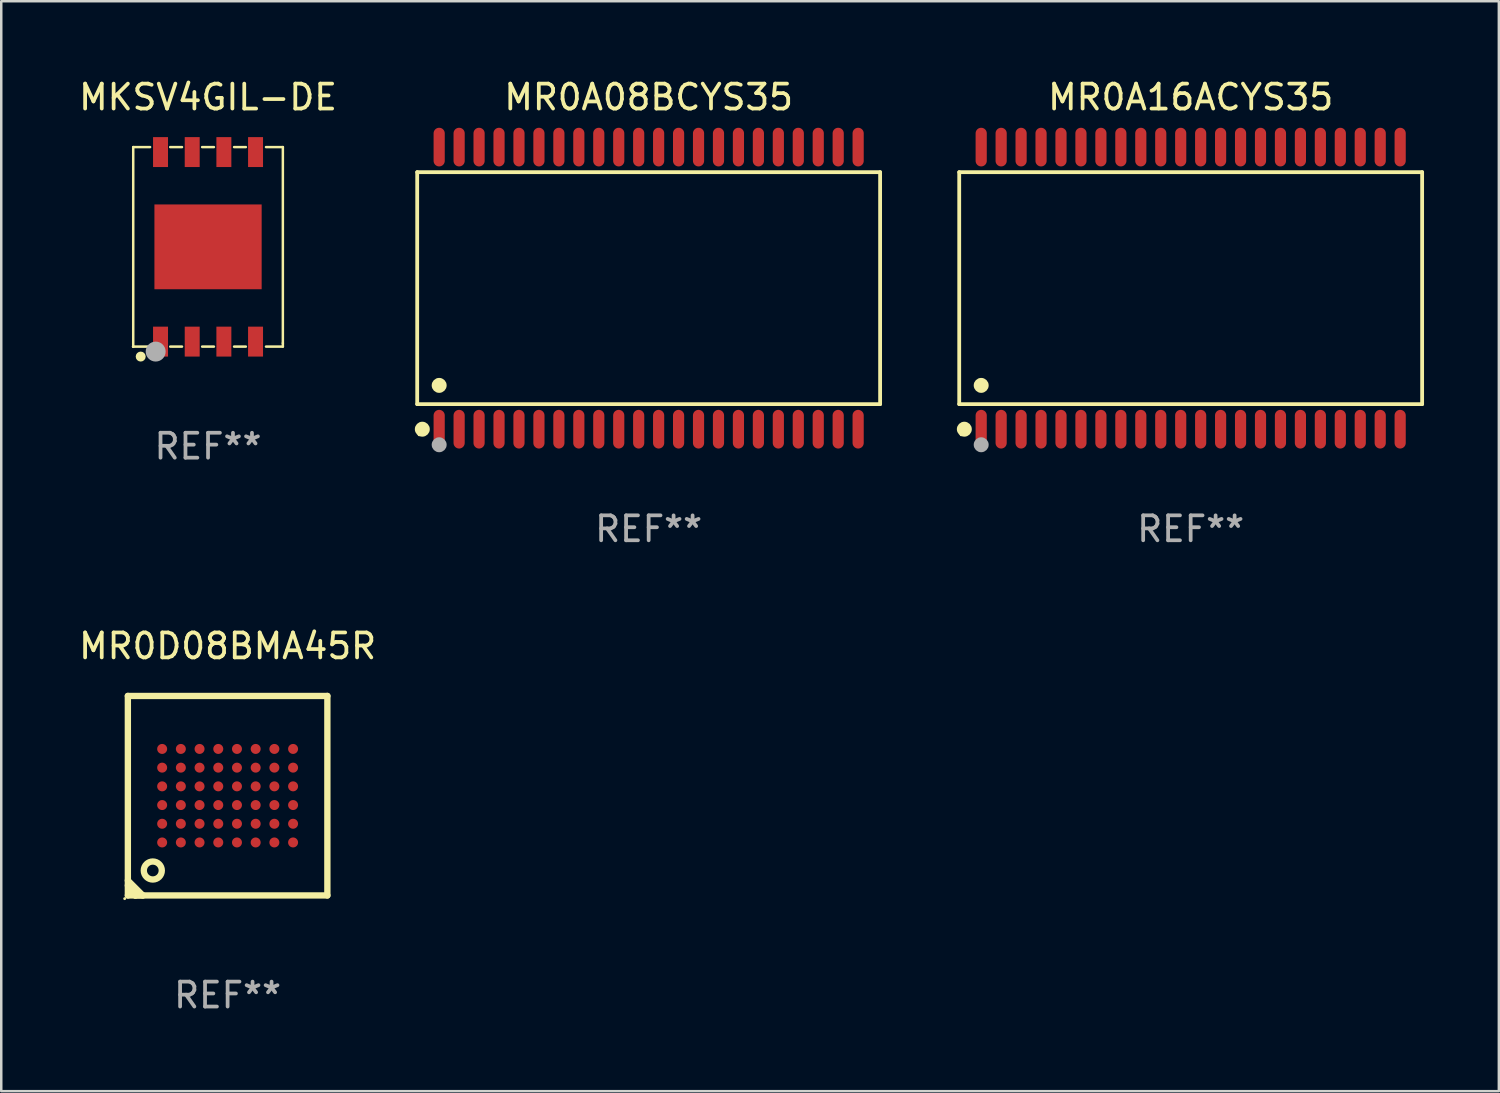
<source format=kicad_pcb>
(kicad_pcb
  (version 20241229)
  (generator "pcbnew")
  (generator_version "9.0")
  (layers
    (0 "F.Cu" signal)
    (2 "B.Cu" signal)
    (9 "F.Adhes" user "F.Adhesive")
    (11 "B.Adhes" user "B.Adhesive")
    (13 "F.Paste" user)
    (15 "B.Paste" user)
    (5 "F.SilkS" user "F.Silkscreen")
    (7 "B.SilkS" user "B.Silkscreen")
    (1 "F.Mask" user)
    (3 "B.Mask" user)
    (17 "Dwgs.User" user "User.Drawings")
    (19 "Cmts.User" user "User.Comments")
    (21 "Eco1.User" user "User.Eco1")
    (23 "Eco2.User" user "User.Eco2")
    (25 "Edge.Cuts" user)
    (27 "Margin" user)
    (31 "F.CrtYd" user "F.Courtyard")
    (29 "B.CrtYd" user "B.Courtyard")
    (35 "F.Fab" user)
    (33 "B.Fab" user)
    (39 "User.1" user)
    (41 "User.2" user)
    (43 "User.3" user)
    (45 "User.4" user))
  (footprint "MR0A08BCYS35"
    (layer "F.Cu")
    (at 22.96 8.504)
    (property "Reference" "MR0A08BCYS35" (at 0 -7.656 0) (layer "F.SilkS") (effects (font (size 1 1) (thickness 0.15))))
    (attr through_hole)
    (fp_line (start -9.281 -4.651) (end 9.281 -4.651) (stroke (width 0.152) (type solid)) (layer "F.SilkS"))
    (fp_line (start -9.281 4.651) (end -9.281 -4.651) (stroke (width 0.152) (type solid)) (layer "F.SilkS"))
    (fp_line (start 9.281 -4.651) (end 9.281 4.651) (stroke (width 0.152) (type solid)) (layer "F.SilkS"))
    (fp_line (start 9.281 4.651) (end -9.281 4.651) (stroke (width 0.152) (type solid)) (layer "F.SilkS"))
    (fp_circle (center -9.205 5.88) (end -9.175 5.88) (stroke (width 0.06) (type solid)) (fill no) (layer "F.SilkS"))
    (fp_circle (center -9.076 5.656) (end -8.926 5.656) (stroke (width 0.3) (type solid)) (fill no) (layer "F.SilkS"))
    (fp_circle (center -8.4 3.899) (end -8.25 3.899) (stroke (width 0.3) (type solid)) (fill no) (layer "F.SilkS"))
    (fp_circle (center -8.4 6.28) (end -8.25 6.28) (stroke (width 0.3) (type solid)) (fill no) (layer "F.Fab"))
    (fp_text user "REF**" (at 0 9.656 0) (layer "F.Fab") (effects (font (size 1 1) (thickness 0.15))))
    (pad "1" smd oval (at -8.4 5.656) (size 0.448 1.551) (layers "F.Cu" "F.Mask" "F.Paste"))
    (pad "2" smd oval (at -7.6 5.656) (size 0.448 1.551) (layers "F.Cu" "F.Mask" "F.Paste"))
    (pad "3" smd oval (at -6.8 5.656) (size 0.448 1.551) (layers "F.Cu" "F.Mask" "F.Paste"))
    (pad "4" smd oval (at -6 5.656) (size 0.448 1.551) (layers "F.Cu" "F.Mask" "F.Paste"))
    (pad "5" smd oval (at -5.2 5.656) (size 0.448 1.551) (layers "F.Cu" "F.Mask" "F.Paste"))
    (pad "6" smd oval (at -4.4 5.656) (size 0.448 1.551) (layers "F.Cu" "F.Mask" "F.Paste"))
    (pad "7" smd oval (at -3.6 5.656) (size 0.448 1.551) (layers "F.Cu" "F.Mask" "F.Paste"))
    (pad "8" smd oval (at -2.8 5.656) (size 0.448 1.551) (layers "F.Cu" "F.Mask" "F.Paste"))
    (pad "9" smd oval (at -2 5.656) (size 0.448 1.551) (layers "F.Cu" "F.Mask" "F.Paste"))
    (pad "10" smd oval (at -1.2 5.656) (size 0.448 1.551) (layers "F.Cu" "F.Mask" "F.Paste"))
    (pad "11" smd oval (at -0.4 5.656) (size 0.448 1.551) (layers "F.Cu" "F.Mask" "F.Paste"))
    (pad "12" smd oval (at 0.4 5.656) (size 0.448 1.551) (layers "F.Cu" "F.Mask" "F.Paste"))
    (pad "13" smd oval (at 1.2 5.656) (size 0.448 1.551) (layers "F.Cu" "F.Mask" "F.Paste"))
    (pad "14" smd oval (at 2 5.656) (size 0.448 1.551) (layers "F.Cu" "F.Mask" "F.Paste"))
    (pad "15" smd oval (at 2.8 5.656) (size 0.448 1.551) (layers "F.Cu" "F.Mask" "F.Paste"))
    (pad "16" smd oval (at 3.6 5.656) (size 0.448 1.551) (layers "F.Cu" "F.Mask" "F.Paste"))
    (pad "17" smd oval (at 4.4 5.656) (size 0.448 1.551) (layers "F.Cu" "F.Mask" "F.Paste"))
    (pad "18" smd oval (at 5.2 5.656) (size 0.448 1.551) (layers "F.Cu" "F.Mask" "F.Paste"))
    (pad "19" smd oval (at 6 5.656) (size 0.448 1.551) (layers "F.Cu" "F.Mask" "F.Paste"))
    (pad "20" smd oval (at 6.8 5.656) (size 0.448 1.551) (layers "F.Cu" "F.Mask" "F.Paste"))
    (pad "21" smd oval (at 7.6 5.656) (size 0.448 1.551) (layers "F.Cu" "F.Mask" "F.Paste"))
    (pad "22" smd oval (at 8.4 5.656) (size 0.448 1.551) (layers "F.Cu" "F.Mask" "F.Paste"))
    (pad "23" smd oval (at 8.4 -5.656) (size 0.448 1.551) (layers "F.Cu" "F.Mask" "F.Paste"))
    (pad "24" smd oval (at 7.6 -5.656) (size 0.448 1.551) (layers "F.Cu" "F.Mask" "F.Paste"))
    (pad "25" smd oval (at 6.8 -5.656) (size 0.448 1.551) (layers "F.Cu" "F.Mask" "F.Paste"))
    (pad "26" smd oval (at 6 -5.656) (size 0.448 1.551) (layers "F.Cu" "F.Mask" "F.Paste"))
    (pad "27" smd oval (at 5.2 -5.656) (size 0.448 1.551) (layers "F.Cu" "F.Mask" "F.Paste"))
    (pad "28" smd oval (at 4.4 -5.656) (size 0.448 1.551) (layers "F.Cu" "F.Mask" "F.Paste"))
    (pad "29" smd oval (at 3.6 -5.656) (size 0.448 1.551) (layers "F.Cu" "F.Mask" "F.Paste"))
    (pad "30" smd oval (at 2.8 -5.656) (size 0.448 1.551) (layers "F.Cu" "F.Mask" "F.Paste"))
    (pad "31" smd oval (at 2 -5.656) (size 0.448 1.551) (layers "F.Cu" "F.Mask" "F.Paste"))
    (pad "32" smd oval (at 1.2 -5.656) (size 0.448 1.551) (layers "F.Cu" "F.Mask" "F.Paste"))
    (pad "33" smd oval (at 0.4 -5.656) (size 0.448 1.551) (layers "F.Cu" "F.Mask" "F.Paste"))
    (pad "34" smd oval (at -0.4 -5.656) (size 0.448 1.551) (layers "F.Cu" "F.Mask" "F.Paste"))
    (pad "35" smd oval (at -1.2 -5.656) (size 0.448 1.551) (layers "F.Cu" "F.Mask" "F.Paste"))
    (pad "36" smd oval (at -2 -5.656) (size 0.448 1.551) (layers "F.Cu" "F.Mask" "F.Paste"))
    (pad "37" smd oval (at -2.8 -5.656) (size 0.448 1.551) (layers "F.Cu" "F.Mask" "F.Paste"))
    (pad "38" smd oval (at -3.6 -5.656) (size 0.448 1.551) (layers "F.Cu" "F.Mask" "F.Paste"))
    (pad "39" smd oval (at -4.4 -5.656) (size 0.448 1.551) (layers "F.Cu" "F.Mask" "F.Paste"))
    (pad "40" smd oval (at -5.2 -5.656) (size 0.448 1.551) (layers "F.Cu" "F.Mask" "F.Paste"))
    (pad "41" smd oval (at -6 -5.656) (size 0.448 1.551) (layers "F.Cu" "F.Mask" "F.Paste"))
    (pad "42" smd oval (at -6.8 -5.656) (size 0.448 1.551) (layers "F.Cu" "F.Mask" "F.Paste"))
    (pad "43" smd oval (at -7.6 -5.656) (size 0.448 1.551) (layers "F.Cu" "F.Mask" "F.Paste"))
    (pad "44" smd oval (at -8.4 -5.656) (size 0.448 1.551) (layers "F.Cu" "F.Mask" "F.Paste")))
  (footprint "MR0D08BMA45R"
    (layer "F.Cu")
    (at 6.077 28.856)
    (property "Reference" "MR0D08BMA45R" (at 0 -6 0) (layer "F.SilkS") (effects (font (size 1 1) (thickness 0.15))))
    (attr through_hole)
    (fp_line (start -4 -4) (end 4 -4) (stroke (width 0.254) (type solid)) (layer "F.SilkS"))
    (fp_line (start -4 3.4) (end -3.4 4) (stroke (width 0.254) (type solid)) (layer "F.SilkS"))
    (fp_line (start -4 4) (end -4 -4) (stroke (width 0.254) (type solid)) (layer "F.SilkS"))
    (fp_line (start -3.7 4) (end -3.7 4) (stroke (width 0.254) (type solid)) (layer "F.SilkS"))
    (fp_line (start -3.7 3.9) (end -4 3.6) (stroke (width 0.254) (type solid)) (layer "F.SilkS"))
    (fp_line (start -3.7 4) (end -3.7 3.9) (stroke (width 0.254) (type solid)) (layer "F.SilkS"))
    (fp_line (start -3.4 4) (end -3.7 4) (stroke (width 0.254) (type solid)) (layer "F.SilkS"))
    (fp_line (start 4 -4) (end 4 4) (stroke (width 0.254) (type solid)) (layer "F.SilkS"))
    (fp_line (start 4 4) (end -4 4) (stroke (width 0.254) (type solid)) (layer "F.SilkS"))
    (fp_circle (center -4.127 4.127) (end -4.097 4.127) (stroke (width 0.06) (type solid)) (fill no) (layer "F.SilkS"))
    (fp_circle (center -3 3) (end -2.639 3) (stroke (width 0.254) (type solid)) (fill no) (layer "F.SilkS"))
    (fp_text user "REF**" (at 0 8 0) (layer "F.Fab") (effects (font (size 1 1) (thickness 0.15))))
    (pad "A1" smd circle (at -2.625 1.875) (size 0.4 0.4) (layers "F.Cu" "F.Mask" "F.Paste"))
    (pad "A2" smd circle (at -2.625 1.125) (size 0.4 0.4) (layers "F.Cu" "F.Mask" "F.Paste"))
    (pad "A3" smd circle (at -2.625 0.375) (size 0.4 0.4) (layers "F.Cu" "F.Mask" "F.Paste"))
    (pad "A4" smd circle (at -2.625 -0.375) (size 0.4 0.4) (layers "F.Cu" "F.Mask" "F.Paste"))
    (pad "A5" smd circle (at -2.625 -1.125) (size 0.4 0.4) (layers "F.Cu" "F.Mask" "F.Paste"))
    (pad "A6" smd circle (at -2.625 -1.875) (size 0.4 0.4) (layers "F.Cu" "F.Mask" "F.Paste"))
    (pad "B1" smd circle (at -1.875 1.875) (size 0.4 0.4) (layers "F.Cu" "F.Mask" "F.Paste"))
    (pad "B2" smd circle (at -1.875 1.125) (size 0.4 0.4) (layers "F.Cu" "F.Mask" "F.Paste"))
    (pad "B3" smd circle (at -1.875 0.375) (size 0.4 0.4) (layers "F.Cu" "F.Mask" "F.Paste"))
    (pad "B4" smd circle (at -1.875 -0.375) (size 0.4 0.4) (layers "F.Cu" "F.Mask" "F.Paste"))
    (pad "B5" smd circle (at -1.875 -1.125) (size 0.4 0.4) (layers "F.Cu" "F.Mask" "F.Paste"))
    (pad "B6" smd circle (at -1.875 -1.875) (size 0.4 0.4) (layers "F.Cu" "F.Mask" "F.Paste"))
    (pad "C1" smd circle (at -1.125 1.875) (size 0.4 0.4) (layers "F.Cu" "F.Mask" "F.Paste"))
    (pad "C2" smd circle (at -1.125 1.125) (size 0.4 0.4) (layers "F.Cu" "F.Mask" "F.Paste"))
    (pad "C3" smd circle (at -1.125 0.375) (size 0.4 0.4) (layers "F.Cu" "F.Mask" "F.Paste"))
    (pad "C4" smd circle (at -1.125 -0.375) (size 0.4 0.4) (layers "F.Cu" "F.Mask" "F.Paste"))
    (pad "C5" smd circle (at -1.125 -1.125) (size 0.4 0.4) (layers "F.Cu" "F.Mask" "F.Paste"))
    (pad "C6" smd circle (at -1.125 -1.875) (size 0.4 0.4) (layers "F.Cu" "F.Mask" "F.Paste"))
    (pad "D1" smd circle (at -0.375 1.875) (size 0.4 0.4) (layers "F.Cu" "F.Mask" "F.Paste"))
    (pad "D2" smd circle (at -0.375 1.125) (size 0.4 0.4) (layers "F.Cu" "F.Mask" "F.Paste"))
    (pad "D3" smd circle (at -0.375 0.375) (size 0.4 0.4) (layers "F.Cu" "F.Mask" "F.Paste"))
    (pad "D4" smd circle (at -0.375 -0.375) (size 0.4 0.4) (layers "F.Cu" "F.Mask" "F.Paste"))
    (pad "D5" smd circle (at -0.375 -1.125) (size 0.4 0.4) (layers "F.Cu" "F.Mask" "F.Paste"))
    (pad "D6" smd circle (at -0.375 -1.875) (size 0.4 0.4) (layers "F.Cu" "F.Mask" "F.Paste"))
    (pad "E1" smd circle (at 0.375 1.875) (size 0.4 0.4) (layers "F.Cu" "F.Mask" "F.Paste"))
    (pad "E2" smd circle (at 0.375 1.125) (size 0.4 0.4) (layers "F.Cu" "F.Mask" "F.Paste"))
    (pad "E3" smd circle (at 0.375 0.375) (size 0.4 0.4) (layers "F.Cu" "F.Mask" "F.Paste"))
    (pad "E4" smd circle (at 0.375 -0.375) (size 0.4 0.4) (layers "F.Cu" "F.Mask" "F.Paste"))
    (pad "E5" smd circle (at 0.375 -1.125) (size 0.4 0.4) (layers "F.Cu" "F.Mask" "F.Paste"))
    (pad "E6" smd circle (at 0.375 -1.875) (size 0.4 0.4) (layers "F.Cu" "F.Mask" "F.Paste"))
    (pad "F1" smd circle (at 1.125 1.875) (size 0.4 0.4) (layers "F.Cu" "F.Mask" "F.Paste"))
    (pad "F2" smd circle (at 1.125 1.125) (size 0.4 0.4) (layers "F.Cu" "F.Mask" "F.Paste"))
    (pad "F3" smd circle (at 1.125 0.375) (size 0.4 0.4) (layers "F.Cu" "F.Mask" "F.Paste"))
    (pad "F4" smd circle (at 1.125 -0.375) (size 0.4 0.4) (layers "F.Cu" "F.Mask" "F.Paste"))
    (pad "F5" smd circle (at 1.125 -1.125) (size 0.4 0.4) (layers "F.Cu" "F.Mask" "F.Paste"))
    (pad "F6" smd circle (at 1.125 -1.875) (size 0.4 0.4) (layers "F.Cu" "F.Mask" "F.Paste"))
    (pad "G1" smd circle (at 1.875 1.875) (size 0.4 0.4) (layers "F.Cu" "F.Mask" "F.Paste"))
    (pad "G2" smd circle (at 1.875 1.125) (size 0.4 0.4) (layers "F.Cu" "F.Mask" "F.Paste"))
    (pad "G3" smd circle (at 1.875 0.375) (size 0.4 0.4) (layers "F.Cu" "F.Mask" "F.Paste"))
    (pad "G4" smd circle (at 1.875 -0.375) (size 0.4 0.4) (layers "F.Cu" "F.Mask" "F.Paste"))
    (pad "G5" smd circle (at 1.875 -1.125) (size 0.4 0.4) (layers "F.Cu" "F.Mask" "F.Paste"))
    (pad "G6" smd circle (at 1.875 -1.875) (size 0.4 0.4) (layers "F.Cu" "F.Mask" "F.Paste"))
    (pad "H1" smd circle (at 2.625 1.875) (size 0.4 0.4) (layers "F.Cu" "F.Mask" "F.Paste"))
    (pad "H2" smd circle (at 2.625 1.125) (size 0.4 0.4) (layers "F.Cu" "F.Mask" "F.Paste"))
    (pad "H3" smd circle (at 2.625 0.375) (size 0.4 0.4) (layers "F.Cu" "F.Mask" "F.Paste"))
    (pad "H4" smd circle (at 2.625 -0.375) (size 0.4 0.4) (layers "F.Cu" "F.Mask" "F.Paste"))
    (pad "H5" smd circle (at 2.625 -1.125) (size 0.4 0.4) (layers "F.Cu" "F.Mask" "F.Paste"))
    (pad "H6" smd circle (at 2.625 -1.875) (size 0.4 0.4) (layers "F.Cu" "F.Mask" "F.Paste")))
  (footprint "MR0A16ACYS35"
    (layer "F.Cu")
    (at 44.694 8.504)
    (property "Reference" "MR0A16ACYS35" (at 0 -7.656 0) (layer "F.SilkS") (effects (font (size 1 1) (thickness 0.15))))
    (attr through_hole)
    (fp_line (start -9.281 -4.651) (end 9.281 -4.651) (stroke (width 0.152) (type solid)) (layer "F.SilkS"))
    (fp_line (start -9.281 4.651) (end -9.281 -4.651) (stroke (width 0.152) (type solid)) (layer "F.SilkS"))
    (fp_line (start 9.281 -4.651) (end 9.281 4.651) (stroke (width 0.152) (type solid)) (layer "F.SilkS"))
    (fp_line (start 9.281 4.651) (end -9.281 4.651) (stroke (width 0.152) (type solid)) (layer "F.SilkS"))
    (fp_circle (center -9.205 5.88) (end -9.175 5.88) (stroke (width 0.06) (type solid)) (fill no) (layer "F.SilkS"))
    (fp_circle (center -9.076 5.656) (end -8.926 5.656) (stroke (width 0.3) (type solid)) (fill no) (layer "F.SilkS"))
    (fp_circle (center -8.4 3.899) (end -8.25 3.899) (stroke (width 0.3) (type solid)) (fill no) (layer "F.SilkS"))
    (fp_circle (center -8.4 6.28) (end -8.25 6.28) (stroke (width 0.3) (type solid)) (fill no) (layer "F.Fab"))
    (fp_text user "REF**" (at 0 9.656 0) (layer "F.Fab") (effects (font (size 1 1) (thickness 0.15))))
    (pad "1" smd oval (at -8.4 5.656) (size 0.448 1.551) (layers "F.Cu" "F.Mask" "F.Paste"))
    (pad "2" smd oval (at -7.6 5.656) (size 0.448 1.551) (layers "F.Cu" "F.Mask" "F.Paste"))
    (pad "3" smd oval (at -6.8 5.656) (size 0.448 1.551) (layers "F.Cu" "F.Mask" "F.Paste"))
    (pad "4" smd oval (at -6 5.656) (size 0.448 1.551) (layers "F.Cu" "F.Mask" "F.Paste"))
    (pad "5" smd oval (at -5.2 5.656) (size 0.448 1.551) (layers "F.Cu" "F.Mask" "F.Paste"))
    (pad "6" smd oval (at -4.4 5.656) (size 0.448 1.551) (layers "F.Cu" "F.Mask" "F.Paste"))
    (pad "7" smd oval (at -3.6 5.656) (size 0.448 1.551) (layers "F.Cu" "F.Mask" "F.Paste"))
    (pad "8" smd oval (at -2.8 5.656) (size 0.448 1.551) (layers "F.Cu" "F.Mask" "F.Paste"))
    (pad "9" smd oval (at -2 5.656) (size 0.448 1.551) (layers "F.Cu" "F.Mask" "F.Paste"))
    (pad "10" smd oval (at -1.2 5.656) (size 0.448 1.551) (layers "F.Cu" "F.Mask" "F.Paste"))
    (pad "11" smd oval (at -0.4 5.656) (size 0.448 1.551) (layers "F.Cu" "F.Mask" "F.Paste"))
    (pad "12" smd oval (at 0.4 5.656) (size 0.448 1.551) (layers "F.Cu" "F.Mask" "F.Paste"))
    (pad "13" smd oval (at 1.2 5.656) (size 0.448 1.551) (layers "F.Cu" "F.Mask" "F.Paste"))
    (pad "14" smd oval (at 2 5.656) (size 0.448 1.551) (layers "F.Cu" "F.Mask" "F.Paste"))
    (pad "15" smd oval (at 2.8 5.656) (size 0.448 1.551) (layers "F.Cu" "F.Mask" "F.Paste"))
    (pad "16" smd oval (at 3.6 5.656) (size 0.448 1.551) (layers "F.Cu" "F.Mask" "F.Paste"))
    (pad "17" smd oval (at 4.4 5.656) (size 0.448 1.551) (layers "F.Cu" "F.Mask" "F.Paste"))
    (pad "18" smd oval (at 5.2 5.656) (size 0.448 1.551) (layers "F.Cu" "F.Mask" "F.Paste"))
    (pad "19" smd oval (at 6 5.656) (size 0.448 1.551) (layers "F.Cu" "F.Mask" "F.Paste"))
    (pad "20" smd oval (at 6.8 5.656) (size 0.448 1.551) (layers "F.Cu" "F.Mask" "F.Paste"))
    (pad "21" smd oval (at 7.6 5.656) (size 0.448 1.551) (layers "F.Cu" "F.Mask" "F.Paste"))
    (pad "22" smd oval (at 8.4 5.656) (size 0.448 1.551) (layers "F.Cu" "F.Mask" "F.Paste"))
    (pad "23" smd oval (at 8.4 -5.656) (size 0.448 1.551) (layers "F.Cu" "F.Mask" "F.Paste"))
    (pad "24" smd oval (at 7.6 -5.656) (size 0.448 1.551) (layers "F.Cu" "F.Mask" "F.Paste"))
    (pad "25" smd oval (at 6.8 -5.656) (size 0.448 1.551) (layers "F.Cu" "F.Mask" "F.Paste"))
    (pad "26" smd oval (at 6 -5.656) (size 0.448 1.551) (layers "F.Cu" "F.Mask" "F.Paste"))
    (pad "27" smd oval (at 5.2 -5.656) (size 0.448 1.551) (layers "F.Cu" "F.Mask" "F.Paste"))
    (pad "28" smd oval (at 4.4 -5.656) (size 0.448 1.551) (layers "F.Cu" "F.Mask" "F.Paste"))
    (pad "29" smd oval (at 3.6 -5.656) (size 0.448 1.551) (layers "F.Cu" "F.Mask" "F.Paste"))
    (pad "30" smd oval (at 2.8 -5.656) (size 0.448 1.551) (layers "F.Cu" "F.Mask" "F.Paste"))
    (pad "31" smd oval (at 2 -5.656) (size 0.448 1.551) (layers "F.Cu" "F.Mask" "F.Paste"))
    (pad "32" smd oval (at 1.2 -5.656) (size 0.448 1.551) (layers "F.Cu" "F.Mask" "F.Paste"))
    (pad "33" smd oval (at 0.4 -5.656) (size 0.448 1.551) (layers "F.Cu" "F.Mask" "F.Paste"))
    (pad "34" smd oval (at -0.4 -5.656) (size 0.448 1.551) (layers "F.Cu" "F.Mask" "F.Paste"))
    (pad "35" smd oval (at -1.2 -5.656) (size 0.448 1.551) (layers "F.Cu" "F.Mask" "F.Paste"))
    (pad "36" smd oval (at -2 -5.656) (size 0.448 1.551) (layers "F.Cu" "F.Mask" "F.Paste"))
    (pad "37" smd oval (at -2.8 -5.656) (size 0.448 1.551) (layers "F.Cu" "F.Mask" "F.Paste"))
    (pad "38" smd oval (at -3.6 -5.656) (size 0.448 1.551) (layers "F.Cu" "F.Mask" "F.Paste"))
    (pad "39" smd oval (at -4.4 -5.656) (size 0.448 1.551) (layers "F.Cu" "F.Mask" "F.Paste"))
    (pad "40" smd oval (at -5.2 -5.656) (size 0.448 1.551) (layers "F.Cu" "F.Mask" "F.Paste"))
    (pad "41" smd oval (at -6 -5.656) (size 0.448 1.551) (layers "F.Cu" "F.Mask" "F.Paste"))
    (pad "42" smd oval (at -6.8 -5.656) (size 0.448 1.551) (layers "F.Cu" "F.Mask" "F.Paste"))
    (pad "43" smd oval (at -7.6 -5.656) (size 0.448 1.551) (layers "F.Cu" "F.Mask" "F.Paste"))
    (pad "44" smd oval (at -8.4 -5.656) (size 0.448 1.551) (layers "F.Cu" "F.Mask" "F.Paste")))
  (footprint "MKSV4GIL-DE"
    (layer "F.Cu")
    (at 5.292 6.848)
    (property "Reference" "MKSV4GIL-DE" (at 0 -6 0) (layer "F.SilkS") (effects (font (size 1 1) (thickness 0.15))))
    (attr through_hole)
    (fp_line (start -3 -4) (end -3 4) (stroke (width 0.1) (type solid)) (layer "F.SilkS"))
    (fp_line (start -3 -4) (end -2.324 -4) (stroke (width 0.1) (type solid)) (layer "F.SilkS"))
    (fp_line (start -3 4) (end -2.324 4) (stroke (width 0.1) (type solid)) (layer "F.SilkS"))
    (fp_line (start -1.516 -4) (end -1.044 -4) (stroke (width 0.1) (type solid)) (layer "F.SilkS"))
    (fp_line (start -1.516 4) (end -1.044 4) (stroke (width 0.1) (type solid)) (layer "F.SilkS"))
    (fp_line (start -0.236 -4) (end 0.236 -4) (stroke (width 0.1) (type solid)) (layer "F.SilkS"))
    (fp_line (start -0.236 4) (end 0.236 4) (stroke (width 0.1) (type solid)) (layer "F.SilkS"))
    (fp_line (start 1.044 -4) (end 1.516 -4) (stroke (width 0.1) (type solid)) (layer "F.SilkS"))
    (fp_line (start 1.044 4) (end 1.516 4) (stroke (width 0.1) (type solid)) (layer "F.SilkS"))
    (fp_line (start 2.324 -4) (end 3 -4) (stroke (width 0.1) (type solid)) (layer "F.SilkS"))
    (fp_line (start 2.324 4) (end 3 4) (stroke (width 0.1) (type solid)) (layer "F.SilkS"))
    (fp_line (start 3 -4) (end 3 3.863) (stroke (width 0.1) (type solid)) (layer "F.SilkS"))
    (fp_line (start 3 3.863) (end 3 4) (stroke (width 0.1) (type solid)) (layer "F.SilkS"))
    (fp_circle (center -3 4) (end -2.97 4) (stroke (width 0.06) (type solid)) (fill no) (layer "F.SilkS"))
    (fp_circle (center -2.7 4.4) (end -2.6 4.4) (stroke (width 0.2) (type solid)) (fill no) (layer "F.SilkS"))
    (fp_circle (center -2.1 4.2) (end -1.9 4.2) (stroke (width 0.4) (type solid)) (fill no) (layer "F.Fab"))
    (fp_text user "REF**" (at 0 8 0) (layer "F.Fab") (effects (font (size 1 1) (thickness 0.15))))
    (pad "1" smd rect (at -1.905 3.8) (size 0.6 1.2) (layers "F.Cu" "F.Mask" "F.Paste"))
    (pad "2" smd rect (at -0.635 3.8) (size 0.6 1.2) (layers "F.Cu" "F.Mask" "F.Paste"))
    (pad "3" smd rect (at 0.635 3.8) (size 0.6 1.2) (layers "F.Cu" "F.Mask" "F.Paste"))
    (pad "4" smd rect (at 1.905 3.8) (size 0.6 1.2) (layers "F.Cu" "F.Mask" "F.Paste"))
    (pad "5" smd rect (at 1.905 -3.8) (size 0.6 1.2) (layers "F.Cu" "F.Mask" "F.Paste"))
    (pad "6" smd rect (at 0.635 -3.8) (size 0.6 1.2) (layers "F.Cu" "F.Mask" "F.Paste"))
    (pad "7" smd rect (at -0.635 -3.8) (size 0.6 1.2) (layers "F.Cu" "F.Mask" "F.Paste"))
    (pad "8" smd rect (at -1.905 -3.8) (size 0.6 1.2) (layers "F.Cu" "F.Mask" "F.Paste"))
    (pad "9" smd rect (at 0.000127 0.000025 90) (size 3.4 4.3) (layers "F.Cu" "F.Mask" "F.Paste")))
  (gr_rect
    (start -3 -3)
    (end 57.051 40.704)
    (stroke (width 0.1) (type default))
    (fill no)
    (layer "Edge.Cuts")))
</source>
